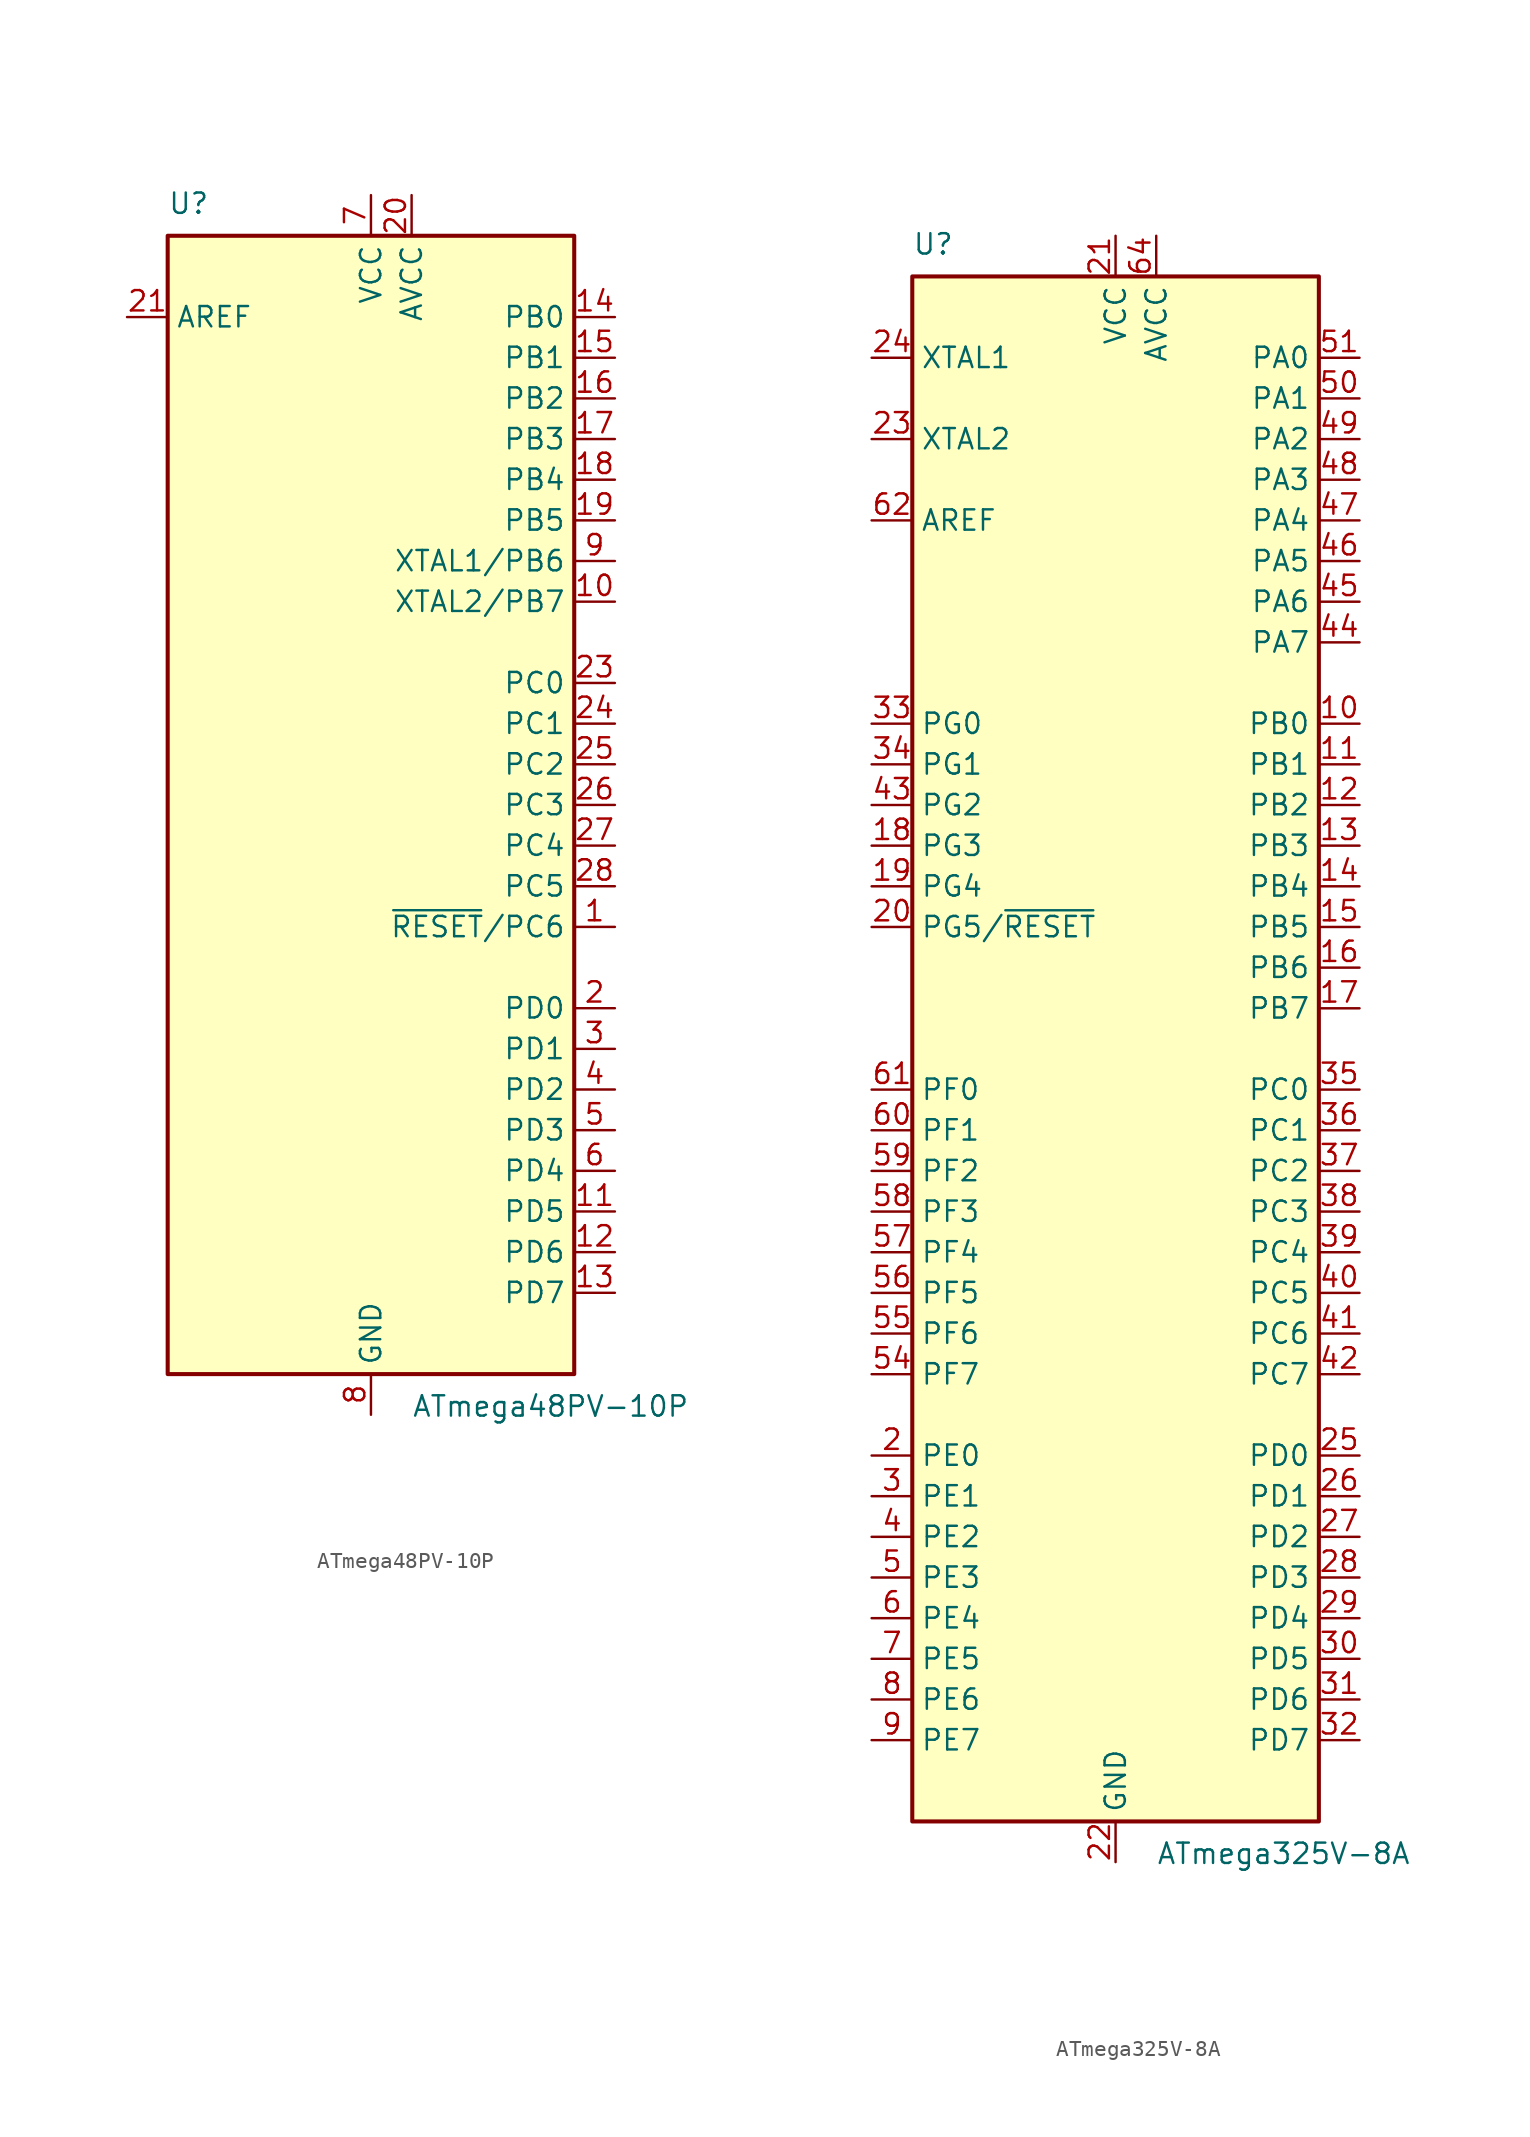
<source format=kicad_sym>
(kicad_symbol_lib
  (version 20241209)
  (generator "kicad_symbol_editor")
  (generator_version "9.0")
  (symbol "ATmega48PV-10P"
    (property "Reference" "U"
      (at -12.7 36.83 0)
      (effects (font (size 1.27 1.27)) (justify left bottom)))
    (property "Value" "ATmega48PV-10P"
      (at 2.54 -36.83 0)
      (effects (font (size 1.27 1.27)) (justify left top)))
    (symbol "ATmega48PV-10P_0_1"
      (rectangle (start -12.7 -35.56) (end 12.7 35.56) (stroke (width 0.254) (type default)) (fill (type background))))
    (symbol "ATmega48PV-10P_1_1"
      (pin passive line (at -15.24 30.48 0) (length 2.54) (name "AREF" (effects (font (size 1.27 1.27)))) (number "21" (effects (font (size 1.27 1.27)))))
      (pin power_in line (at 0 38.1 270) (length 2.54) (name "VCC" (effects (font (size 1.27 1.27)))) (number "7" (effects (font (size 1.27 1.27)))))
      (pin passive line (at 0 -38.1 90) (length 2.54) (hide yes) (name "GND" (effects (font (size 1.27 1.27)))) (number "22" (effects (font (size 1.27 1.27)))))
      (pin power_in line (at 0 -38.1 90) (length 2.54) (name "GND" (effects (font (size 1.27 1.27)))) (number "8" (effects (font (size 1.27 1.27)))))
      (pin power_in line (at 2.54 38.1 270) (length 2.54) (name "AVCC" (effects (font (size 1.27 1.27)))) (number "20" (effects (font (size 1.27 1.27)))))
      (pin bidirectional line (at 15.24 30.48 180) (length 2.54) (name "PB0" (effects (font (size 1.27 1.27)))) (number "14" (effects (font (size 1.27 1.27)))))
      (pin bidirectional line (at 15.24 27.94 180) (length 2.54) (name "PB1" (effects (font (size 1.27 1.27)))) (number "15" (effects (font (size 1.27 1.27)))))
      (pin bidirectional line (at 15.24 25.4 180) (length 2.54) (name "PB2" (effects (font (size 1.27 1.27)))) (number "16" (effects (font (size 1.27 1.27)))))
      (pin bidirectional line (at 15.24 22.86 180) (length 2.54) (name "PB3" (effects (font (size 1.27 1.27)))) (number "17" (effects (font (size 1.27 1.27)))))
      (pin bidirectional line (at 15.24 20.32 180) (length 2.54) (name "PB4" (effects (font (size 1.27 1.27)))) (number "18" (effects (font (size 1.27 1.27)))))
      (pin bidirectional line (at 15.24 17.78 180) (length 2.54) (name "PB5" (effects (font (size 1.27 1.27)))) (number "19" (effects (font (size 1.27 1.27)))))
      (pin bidirectional line (at 15.24 15.24 180) (length 2.54) (name "XTAL1/PB6" (effects (font (size 1.27 1.27)))) (number "9" (effects (font (size 1.27 1.27)))))
      (pin bidirectional line (at 15.24 12.7 180) (length 2.54) (name "XTAL2/PB7" (effects (font (size 1.27 1.27)))) (number "10" (effects (font (size 1.27 1.27)))))
      (pin bidirectional line (at 15.24 7.62 180) (length 2.54) (name "PC0" (effects (font (size 1.27 1.27)))) (number "23" (effects (font (size 1.27 1.27)))))
      (pin bidirectional line (at 15.24 5.08 180) (length 2.54) (name "PC1" (effects (font (size 1.27 1.27)))) (number "24" (effects (font (size 1.27 1.27)))))
      (pin bidirectional line (at 15.24 2.54 180) (length 2.54) (name "PC2" (effects (font (size 1.27 1.27)))) (number "25" (effects (font (size 1.27 1.27)))))
      (pin bidirectional line (at 15.24 0 180) (length 2.54) (name "PC3" (effects (font (size 1.27 1.27)))) (number "26" (effects (font (size 1.27 1.27)))))
      (pin bidirectional line (at 15.24 -2.54 180) (length 2.54) (name "PC4" (effects (font (size 1.27 1.27)))) (number "27" (effects (font (size 1.27 1.27)))))
      (pin bidirectional line (at 15.24 -5.08 180) (length 2.54) (name "PC5" (effects (font (size 1.27 1.27)))) (number "28" (effects (font (size 1.27 1.27)))))
      (pin bidirectional line (at 15.24 -7.62 180) (length 2.54) (name "~{RESET}/PC6" (effects (font (size 1.27 1.27)))) (number "1" (effects (font (size 1.27 1.27)))))
      (pin bidirectional line (at 15.24 -12.7 180) (length 2.54) (name "PD0" (effects (font (size 1.27 1.27)))) (number "2" (effects (font (size 1.27 1.27)))))
      (pin bidirectional line (at 15.24 -15.24 180) (length 2.54) (name "PD1" (effects (font (size 1.27 1.27)))) (number "3" (effects (font (size 1.27 1.27)))))
      (pin bidirectional line (at 15.24 -17.78 180) (length 2.54) (name "PD2" (effects (font (size 1.27 1.27)))) (number "4" (effects (font (size 1.27 1.27)))))
      (pin bidirectional line (at 15.24 -20.32 180) (length 2.54) (name "PD3" (effects (font (size 1.27 1.27)))) (number "5" (effects (font (size 1.27 1.27)))))
      (pin bidirectional line (at 15.24 -22.86 180) (length 2.54) (name "PD4" (effects (font (size 1.27 1.27)))) (number "6" (effects (font (size 1.27 1.27)))))
      (pin bidirectional line (at 15.24 -25.4 180) (length 2.54) (name "PD5" (effects (font (size 1.27 1.27)))) (number "11" (effects (font (size 1.27 1.27)))))
      (pin bidirectional line (at 15.24 -27.94 180) (length 2.54) (name "PD6" (effects (font (size 1.27 1.27)))) (number "12" (effects (font (size 1.27 1.27)))))
      (pin bidirectional line (at 15.24 -30.48 180) (length 2.54) (name "PD7" (effects (font (size 1.27 1.27)))) (number "13" (effects (font (size 1.27 1.27)))))))
  (symbol "ATmega325V-8A"
    (property "Reference" "U"
      (at -12.7 49.53 0)
      (effects (font (size 1.27 1.27)) (justify left bottom)))
    (property "Value" "ATmega325V-8A"
      (at 2.54 -49.53 0)
      (effects (font (size 1.27 1.27)) (justify left top)))
    (symbol "ATmega325V-8A_0_1"
      (rectangle (start -12.7 -48.26) (end 12.7 48.26) (stroke (width 0.254) (type default)) (fill (type background))))
    (symbol "ATmega325V-8A_1_1"
      (pin input line (at -15.24 43.18 0) (length 2.54) (name "XTAL1" (effects (font (size 1.27 1.27)))) (number "24" (effects (font (size 1.27 1.27)))))
      (pin output line (at -15.24 38.1 0) (length 2.54) (name "XTAL2" (effects (font (size 1.27 1.27)))) (number "23" (effects (font (size 1.27 1.27)))))
      (pin passive line (at -15.24 33.02 0) (length 2.54) (name "AREF" (effects (font (size 1.27 1.27)))) (number "62" (effects (font (size 1.27 1.27)))))
      (pin bidirectional line (at -15.24 20.32 0) (length 2.54) (name "PG0" (effects (font (size 1.27 1.27)))) (number "33" (effects (font (size 1.27 1.27)))))
      (pin bidirectional line (at -15.24 17.78 0) (length 2.54) (name "PG1" (effects (font (size 1.27 1.27)))) (number "34" (effects (font (size 1.27 1.27)))))
      (pin bidirectional line (at -15.24 15.24 0) (length 2.54) (name "PG2" (effects (font (size 1.27 1.27)))) (number "43" (effects (font (size 1.27 1.27)))))
      (pin bidirectional line (at -15.24 12.7 0) (length 2.54) (name "PG3" (effects (font (size 1.27 1.27)))) (number "18" (effects (font (size 1.27 1.27)))))
      (pin bidirectional line (at -15.24 10.16 0) (length 2.54) (name "PG4" (effects (font (size 1.27 1.27)))) (number "19" (effects (font (size 1.27 1.27)))))
      (pin bidirectional line (at -15.24 7.62 0) (length 2.54) (name "PG5/~{RESET}" (effects (font (size 1.27 1.27)))) (number "20" (effects (font (size 1.27 1.27)))))
      (pin bidirectional line (at -15.24 -2.54 0) (length 2.54) (name "PF0" (effects (font (size 1.27 1.27)))) (number "61" (effects (font (size 1.27 1.27)))))
      (pin bidirectional line (at -15.24 -5.08 0) (length 2.54) (name "PF1" (effects (font (size 1.27 1.27)))) (number "60" (effects (font (size 1.27 1.27)))))
      (pin bidirectional line (at -15.24 -7.62 0) (length 2.54) (name "PF2" (effects (font (size 1.27 1.27)))) (number "59" (effects (font (size 1.27 1.27)))))
      (pin bidirectional line (at -15.24 -10.16 0) (length 2.54) (name "PF3" (effects (font (size 1.27 1.27)))) (number "58" (effects (font (size 1.27 1.27)))))
      (pin bidirectional line (at -15.24 -12.7 0) (length 2.54) (name "PF4" (effects (font (size 1.27 1.27)))) (number "57" (effects (font (size 1.27 1.27)))))
      (pin bidirectional line (at -15.24 -15.24 0) (length 2.54) (name "PF5" (effects (font (size 1.27 1.27)))) (number "56" (effects (font (size 1.27 1.27)))))
      (pin bidirectional line (at -15.24 -17.78 0) (length 2.54) (name "PF6" (effects (font (size 1.27 1.27)))) (number "55" (effects (font (size 1.27 1.27)))))
      (pin bidirectional line (at -15.24 -20.32 0) (length 2.54) (name "PF7" (effects (font (size 1.27 1.27)))) (number "54" (effects (font (size 1.27 1.27)))))
      (pin bidirectional line (at -15.24 -25.4 0) (length 2.54) (name "PE0" (effects (font (size 1.27 1.27)))) (number "2" (effects (font (size 1.27 1.27)))))
      (pin bidirectional line (at -15.24 -27.94 0) (length 2.54) (name "PE1" (effects (font (size 1.27 1.27)))) (number "3" (effects (font (size 1.27 1.27)))))
      (pin bidirectional line (at -15.24 -30.48 0) (length 2.54) (name "PE2" (effects (font (size 1.27 1.27)))) (number "4" (effects (font (size 1.27 1.27)))))
      (pin bidirectional line (at -15.24 -33.02 0) (length 2.54) (name "PE3" (effects (font (size 1.27 1.27)))) (number "5" (effects (font (size 1.27 1.27)))))
      (pin bidirectional line (at -15.24 -35.56 0) (length 2.54) (name "PE4" (effects (font (size 1.27 1.27)))) (number "6" (effects (font (size 1.27 1.27)))))
      (pin bidirectional line (at -15.24 -38.1 0) (length 2.54) (name "PE5" (effects (font (size 1.27 1.27)))) (number "7" (effects (font (size 1.27 1.27)))))
      (pin bidirectional line (at -15.24 -40.64 0) (length 2.54) (name "PE6" (effects (font (size 1.27 1.27)))) (number "8" (effects (font (size 1.27 1.27)))))
      (pin bidirectional line (at -15.24 -43.18 0) (length 2.54) (name "PE7" (effects (font (size 1.27 1.27)))) (number "9" (effects (font (size 1.27 1.27)))))
      (pin no_connect line (at -12.7 -45.72 0) (length 2.54) (hide yes) (name "NC" (effects (font (size 1.27 1.27)))) (number "1" (effects (font (size 1.27 1.27)))))
      (pin power_in line (at 0 50.8 270) (length 2.54) (name "VCC" (effects (font (size 1.27 1.27)))) (number "21" (effects (font (size 1.27 1.27)))))
      (pin passive line (at 0 50.8 270) (length 2.54) (hide yes) (name "VCC" (effects (font (size 1.27 1.27)))) (number "52" (effects (font (size 1.27 1.27)))))
      (pin power_in line (at 0 -50.8 90) (length 2.54) (name "GND" (effects (font (size 1.27 1.27)))) (number "22" (effects (font (size 1.27 1.27)))))
      (pin passive line (at 0 -50.8 90) (length 2.54) (hide yes) (name "GND" (effects (font (size 1.27 1.27)))) (number "53" (effects (font (size 1.27 1.27)))))
      (pin passive line (at 0 -50.8 90) (length 2.54) (hide yes) (name "GND" (effects (font (size 1.27 1.27)))) (number "63" (effects (font (size 1.27 1.27)))))
      (pin power_in line (at 2.54 50.8 270) (length 2.54) (name "AVCC" (effects (font (size 1.27 1.27)))) (number "64" (effects (font (size 1.27 1.27)))))
      (pin bidirectional line (at 15.24 43.18 180) (length 2.54) (name "PA0" (effects (font (size 1.27 1.27)))) (number "51" (effects (font (size 1.27 1.27)))))
      (pin bidirectional line (at 15.24 40.64 180) (length 2.54) (name "PA1" (effects (font (size 1.27 1.27)))) (number "50" (effects (font (size 1.27 1.27)))))
      (pin bidirectional line (at 15.24 38.1 180) (length 2.54) (name "PA2" (effects (font (size 1.27 1.27)))) (number "49" (effects (font (size 1.27 1.27)))))
      (pin bidirectional line (at 15.24 35.56 180) (length 2.54) (name "PA3" (effects (font (size 1.27 1.27)))) (number "48" (effects (font (size 1.27 1.27)))))
      (pin bidirectional line (at 15.24 33.02 180) (length 2.54) (name "PA4" (effects (font (size 1.27 1.27)))) (number "47" (effects (font (size 1.27 1.27)))))
      (pin bidirectional line (at 15.24 30.48 180) (length 2.54) (name "PA5" (effects (font (size 1.27 1.27)))) (number "46" (effects (font (size 1.27 1.27)))))
      (pin bidirectional line (at 15.24 27.94 180) (length 2.54) (name "PA6" (effects (font (size 1.27 1.27)))) (number "45" (effects (font (size 1.27 1.27)))))
      (pin bidirectional line (at 15.24 25.4 180) (length 2.54) (name "PA7" (effects (font (size 1.27 1.27)))) (number "44" (effects (font (size 1.27 1.27)))))
      (pin bidirectional line (at 15.24 20.32 180) (length 2.54) (name "PB0" (effects (font (size 1.27 1.27)))) (number "10" (effects (font (size 1.27 1.27)))))
      (pin bidirectional line (at 15.24 17.78 180) (length 2.54) (name "PB1" (effects (font (size 1.27 1.27)))) (number "11" (effects (font (size 1.27 1.27)))))
      (pin bidirectional line (at 15.24 15.24 180) (length 2.54) (name "PB2" (effects (font (size 1.27 1.27)))) (number "12" (effects (font (size 1.27 1.27)))))
      (pin bidirectional line (at 15.24 12.7 180) (length 2.54) (name "PB3" (effects (font (size 1.27 1.27)))) (number "13" (effects (font (size 1.27 1.27)))))
      (pin bidirectional line (at 15.24 10.16 180) (length 2.54) (name "PB4" (effects (font (size 1.27 1.27)))) (number "14" (effects (font (size 1.27 1.27)))))
      (pin bidirectional line (at 15.24 7.62 180) (length 2.54) (name "PB5" (effects (font (size 1.27 1.27)))) (number "15" (effects (font (size 1.27 1.27)))))
      (pin bidirectional line (at 15.24 5.08 180) (length 2.54) (name "PB6" (effects (font (size 1.27 1.27)))) (number "16" (effects (font (size 1.27 1.27)))))
      (pin bidirectional line (at 15.24 2.54 180) (length 2.54) (name "PB7" (effects (font (size 1.27 1.27)))) (number "17" (effects (font (size 1.27 1.27)))))
      (pin bidirectional line (at 15.24 -2.54 180) (length 2.54) (name "PC0" (effects (font (size 1.27 1.27)))) (number "35" (effects (font (size 1.27 1.27)))))
      (pin bidirectional line (at 15.24 -5.08 180) (length 2.54) (name "PC1" (effects (font (size 1.27 1.27)))) (number "36" (effects (font (size 1.27 1.27)))))
      (pin bidirectional line (at 15.24 -7.62 180) (length 2.54) (name "PC2" (effects (font (size 1.27 1.27)))) (number "37" (effects (font (size 1.27 1.27)))))
      (pin bidirectional line (at 15.24 -10.16 180) (length 2.54) (name "PC3" (effects (font (size 1.27 1.27)))) (number "38" (effects (font (size 1.27 1.27)))))
      (pin bidirectional line (at 15.24 -12.7 180) (length 2.54) (name "PC4" (effects (font (size 1.27 1.27)))) (number "39" (effects (font (size 1.27 1.27)))))
      (pin bidirectional line (at 15.24 -15.24 180) (length 2.54) (name "PC5" (effects (font (size 1.27 1.27)))) (number "40" (effects (font (size 1.27 1.27)))))
      (pin bidirectional line (at 15.24 -17.78 180) (length 2.54) (name "PC6" (effects (font (size 1.27 1.27)))) (number "41" (effects (font (size 1.27 1.27)))))
      (pin bidirectional line (at 15.24 -20.32 180) (length 2.54) (name "PC7" (effects (font (size 1.27 1.27)))) (number "42" (effects (font (size 1.27 1.27)))))
      (pin bidirectional line (at 15.24 -25.4 180) (length 2.54) (name "PD0" (effects (font (size 1.27 1.27)))) (number "25" (effects (font (size 1.27 1.27)))))
      (pin bidirectional line (at 15.24 -27.94 180) (length 2.54) (name "PD1" (effects (font (size 1.27 1.27)))) (number "26" (effects (font (size 1.27 1.27)))))
      (pin bidirectional line (at 15.24 -30.48 180) (length 2.54) (name "PD2" (effects (font (size 1.27 1.27)))) (number "27" (effects (font (size 1.27 1.27)))))
      (pin bidirectional line (at 15.24 -33.02 180) (length 2.54) (name "PD3" (effects (font (size 1.27 1.27)))) (number "28" (effects (font (size 1.27 1.27)))))
      (pin bidirectional line (at 15.24 -35.56 180) (length 2.54) (name "PD4" (effects (font (size 1.27 1.27)))) (number "29" (effects (font (size 1.27 1.27)))))
      (pin bidirectional line (at 15.24 -38.1 180) (length 2.54) (name "PD5" (effects (font (size 1.27 1.27)))) (number "30" (effects (font (size 1.27 1.27)))))
      (pin bidirectional line (at 15.24 -40.64 180) (length 2.54) (name "PD6" (effects (font (size 1.27 1.27)))) (number "31" (effects (font (size 1.27 1.27)))))
      (pin bidirectional line (at 15.24 -43.18 180) (length 2.54) (name "PD7" (effects (font (size 1.27 1.27)))) (number "32" (effects (font (size 1.27 1.27))))))))
</source>
